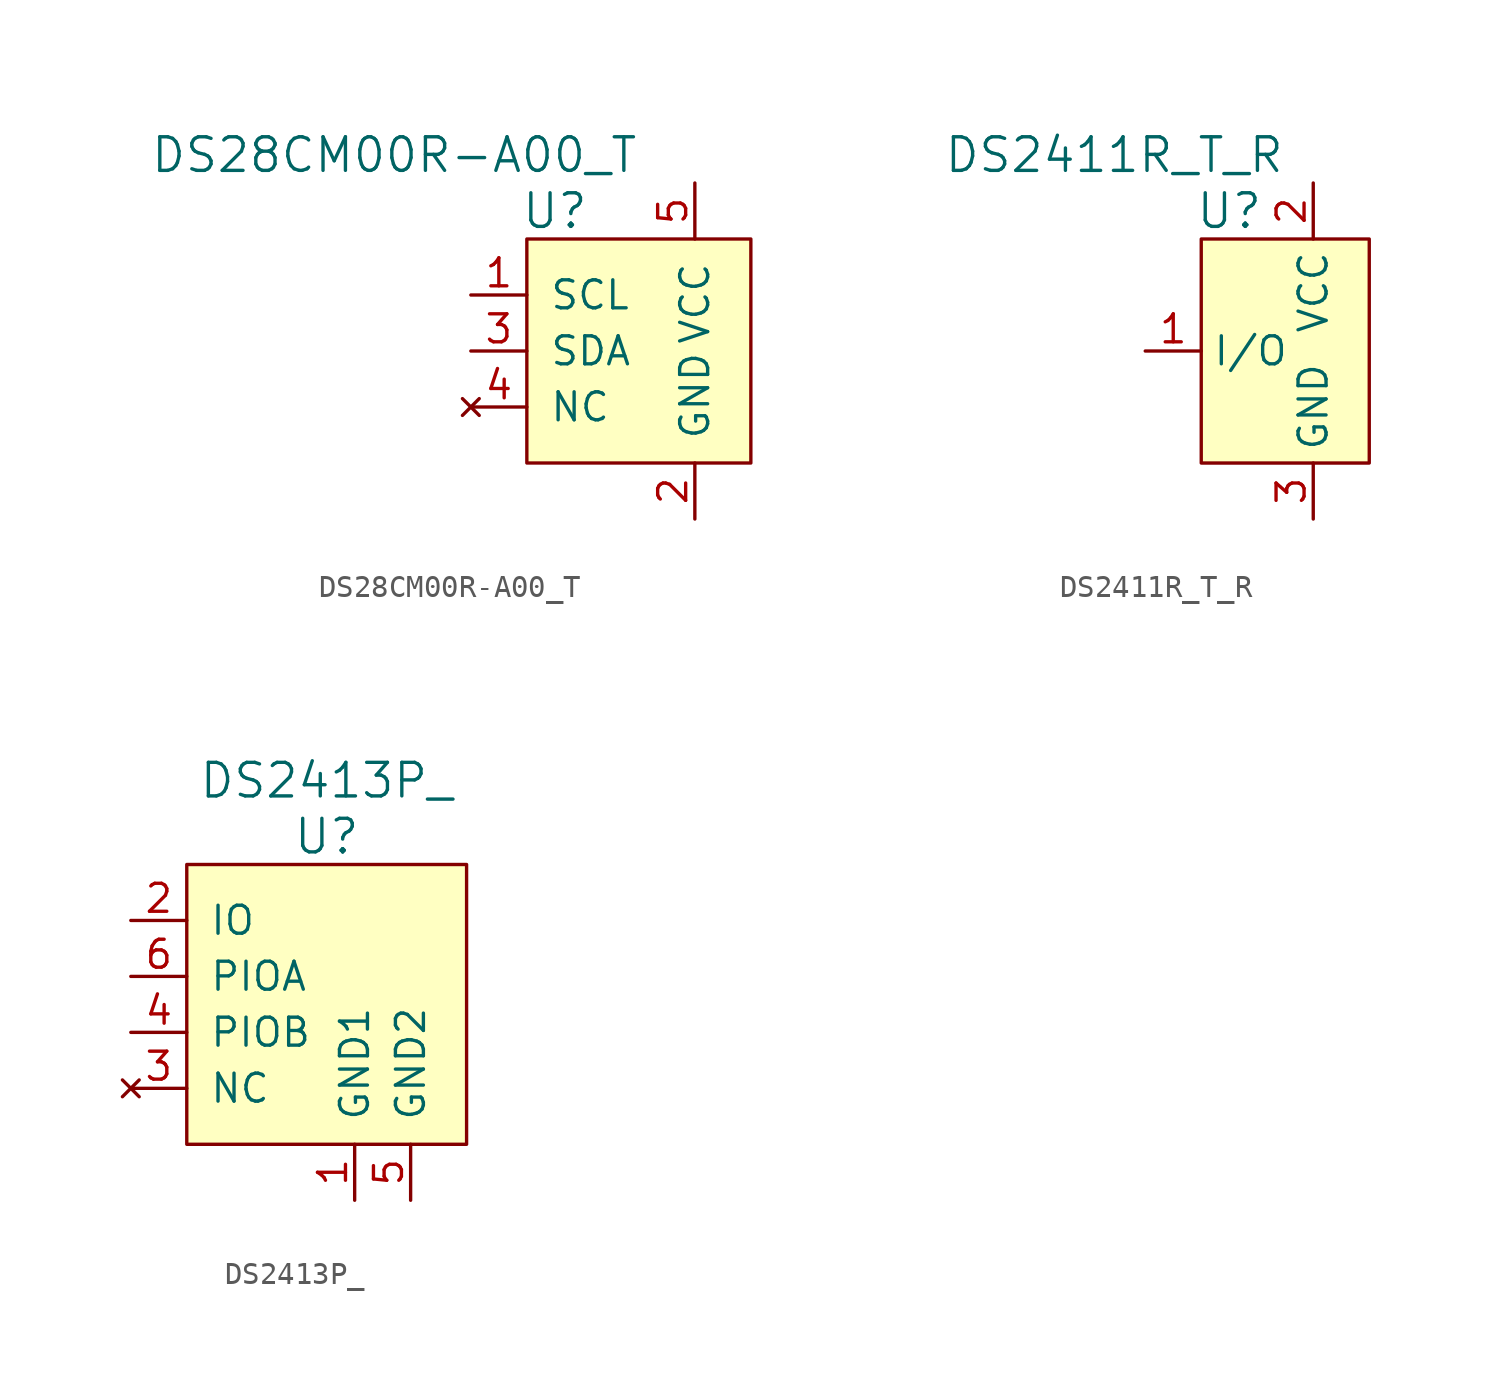
<source format=kicad_sym>
(kicad_symbol_lib
  (version 20231120)
  (generator "kicad_symbol_editor")
  (generator_version "8.0")
  (symbol "DS28CM00R-A00_T"
    (pin_names
      (offset 1.016))
    (property "Reference" "U"
      (at -6.35 3.81 0)
      (effects (font (size 1.524 1.524))))
    (property "Value" "DS28CM00R-A00_T"
      (at -2.54 6.35 0)
      (effects (font (size 1.524 1.524)) (justify right)))
    (symbol "DS28CM00R-A00_T_0_1"
      (rectangle (start -7.62 2.54) (end 2.54 -7.62) (stroke (width 0) (type default)) (fill (type background))))
    (symbol "DS28CM00R-A00_T_1_1"
      (pin input line (at -10.16 0 0) (length 2.54) (name "SCL" (effects (font (size 1.27 1.27)))) (number "1" (effects (font (size 1.27 1.27)))))
      (pin power_in line (at 0 -10.16 90) (length 2.54) (name "GND" (effects (font (size 1.27 1.27)))) (number "2" (effects (font (size 1.27 1.27)))))
      (pin bidirectional line (at -10.16 -2.54 0) (length 2.54) (name "SDA" (effects (font (size 1.27 1.27)))) (number "3" (effects (font (size 1.27 1.27)))))
      (pin no_connect line (at -10.16 -5.08 0) (length 2.54) (name "NC" (effects (font (size 1.27 1.27)))) (number "4" (effects (font (size 1.27 1.27)))))
      (pin power_in line (at 0 5.08 270) (length 2.54) (name "VCC" (effects (font (size 1.27 1.27)))) (number "5" (effects (font (size 1.27 1.27)))))))
  (symbol "DS2411R_T_R"
    (property "Reference" "U"
      (at -3.81 6.35 0)
      (effects (font (size 1.524 1.524))))
    (property "Value" "DS2411R_T_R"
      (at -1.27 8.89 0)
      (effects (font (size 1.524 1.524)) (justify right)))
    (symbol "DS2411R_T_R_0_1"
      (rectangle (start -5.08 5.08) (end 2.54 -5.08) (stroke (width 0) (type default)) (fill (type background))))
    (symbol "DS2411R_T_R_1_1"
      (pin bidirectional line (at -7.62 0 0) (length 2.54) (name "I/O" (effects (font (size 1.27 1.27)))) (number "1" (effects (font (size 1.27 1.27)))))
      (pin power_in line (at 0 7.62 270) (length 2.54) (name "VCC" (effects (font (size 1.27 1.27)))) (number "2" (effects (font (size 1.27 1.27)))))
      (pin power_in line (at 0 -7.62 90) (length 2.54) (name "GND" (effects (font (size 1.27 1.27)))) (number "3" (effects (font (size 1.27 1.27)))))))
  (symbol "DS2413P_"
    (pin_names
      (offset 1.016))
    (property "Reference" "U"
      (at 1.27 6.35 0)
      (effects (font (size 1.524 1.524))))
    (property "Value" "DS2413P_"
      (at 1.27 8.89 0)
      (effects (font (size 1.524 1.524))))
    (symbol "DS2413P__0_1"
      (rectangle (start -5.08 5.08) (end 7.62 -7.62) (stroke (width 0) (type default)) (fill (type background))))
    (symbol "DS2413P__1_1"
      (pin power_in line (at 2.54 -10.16 90) (length 2.54) (name "GND1" (effects (font (size 1.27 1.27)))) (number "1" (effects (font (size 1.27 1.27)))))
      (pin bidirectional line (at -7.62 2.54 0) (length 2.54) (name "IO" (effects (font (size 1.27 1.27)))) (number "2" (effects (font (size 1.27 1.27)))))
      (pin no_connect line (at -7.62 -5.08 0) (length 2.54) (name "NC" (effects (font (size 1.27 1.27)))) (number "3" (effects (font (size 1.27 1.27)))))
      (pin bidirectional line (at -7.62 -2.54 0) (length 2.54) (name "PIOB" (effects (font (size 1.27 1.27)))) (number "4" (effects (font (size 1.27 1.27)))))
      (pin power_in line (at 5.08 -10.16 90) (length 2.54) (name "GND2" (effects (font (size 1.27 1.27)))) (number "5" (effects (font (size 1.27 1.27)))))
      (pin bidirectional line (at -7.62 0 0) (length 2.54) (name "PIOA" (effects (font (size 1.27 1.27)))) (number "6" (effects (font (size 1.27 1.27))))))))
</source>
